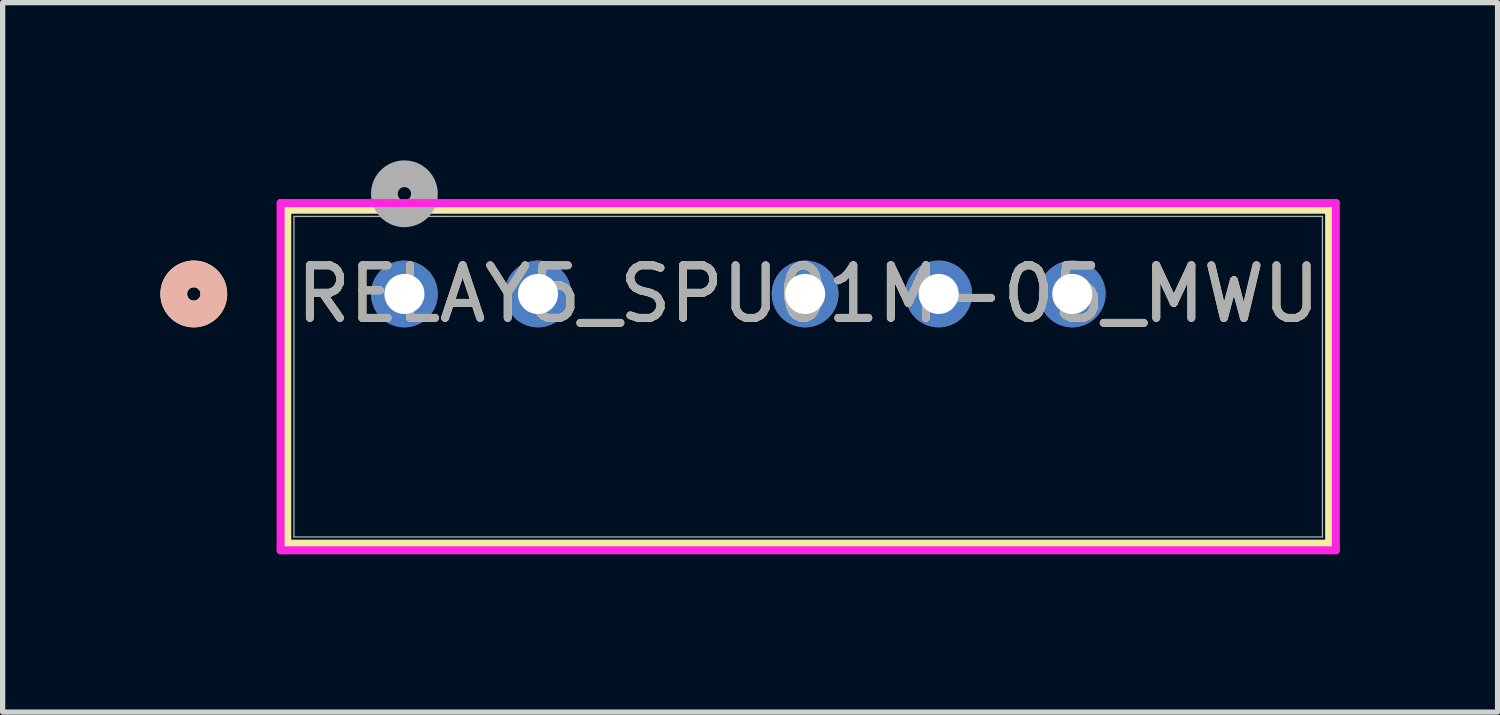
<source format=kicad_pcb>
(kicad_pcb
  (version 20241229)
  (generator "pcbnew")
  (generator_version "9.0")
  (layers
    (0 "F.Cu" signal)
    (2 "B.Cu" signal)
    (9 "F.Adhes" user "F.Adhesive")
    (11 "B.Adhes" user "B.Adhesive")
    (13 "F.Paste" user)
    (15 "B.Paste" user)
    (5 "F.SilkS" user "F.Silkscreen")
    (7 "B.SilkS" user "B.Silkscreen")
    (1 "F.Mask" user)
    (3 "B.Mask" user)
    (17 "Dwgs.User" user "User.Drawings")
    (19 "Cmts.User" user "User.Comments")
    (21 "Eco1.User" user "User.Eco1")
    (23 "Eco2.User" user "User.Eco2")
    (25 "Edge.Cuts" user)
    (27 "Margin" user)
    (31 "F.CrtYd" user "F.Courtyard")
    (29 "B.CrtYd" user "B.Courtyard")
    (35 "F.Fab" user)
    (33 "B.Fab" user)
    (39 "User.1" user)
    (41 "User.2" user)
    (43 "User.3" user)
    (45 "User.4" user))
  (footprint "RELAY5_SPU01M-05_MWU"
    (layer "F.Cu")
    (at 4.64 2.54)
    (property "Reference" "RELAY5_SPU01M-05_MWU" (at 7.679 0 0) (unlocked yes) (layer "F.SilkS") (effects (font (size 1 1) (thickness 0.15))))
    (attr through_hole)
    (fp_line (start -2.227 -1.602) (end -2.227 4.748) (stroke (width 0.152) (type solid)) (layer "F.SilkS"))
    (fp_line (start -2.227 4.748) (end 17.585 4.748) (stroke (width 0.152) (type solid)) (layer "F.SilkS"))
    (fp_line (start 17.585 -1.602) (end -2.227 -1.602) (stroke (width 0.152) (type solid)) (layer "F.SilkS"))
    (fp_line (start 17.585 4.748) (end 17.585 -1.602) (stroke (width 0.152) (type solid)) (layer "F.SilkS"))
    (fp_circle (center -4.005 0) (end -3.624 0) (stroke (width 0.508) (type solid)) (fill no) (layer "F.SilkS"))
    (fp_circle (center -4.005 0) (end -3.624 0) (stroke (width 0.508) (type solid)) (fill no) (layer "B.SilkS"))
    (fp_line (start -2.354 -1.729) (end -2.354 4.875) (stroke (width 0.152) (type solid)) (layer "F.CrtYd"))
    (fp_line (start -2.354 4.875) (end 17.712 4.875) (stroke (width 0.152) (type solid)) (layer "F.CrtYd"))
    (fp_line (start 17.712 -1.729) (end -2.354 -1.729) (stroke (width 0.152) (type solid)) (layer "F.CrtYd"))
    (fp_line (start 17.712 4.875) (end 17.712 -1.729) (stroke (width 0.152) (type solid)) (layer "F.CrtYd"))
    (fp_line (start -2.1 -1.475) (end -2.1 4.621) (stroke (width 0.025) (type solid)) (layer "F.Fab"))
    (fp_line (start -2.1 4.621) (end 17.458 4.621) (stroke (width 0.025) (type solid)) (layer "F.Fab"))
    (fp_line (start 17.458 -1.475) (end -2.1 -1.475) (stroke (width 0.025) (type solid)) (layer "F.Fab"))
    (fp_line (start 17.458 4.621) (end 17.458 -1.475) (stroke (width 0.025) (type solid)) (layer "F.Fab"))
    (fp_circle (center 0 -1.905) (end 0.381 -1.905) (stroke (width 0.508) (type solid)) (fill no) (layer "F.Fab"))
    (fp_text user "${REFERENCE}" (at 7.679 0 0) (unlocked yes) (layer "F.Fab") (effects (font (size 1 1) (thickness 0.15))))
    (pad "1" thru_hole circle (at 0 0) (size 1.27 1.27) (drill 0.762) (layers "*.Cu" "*.Mask"))
    (pad "2" thru_hole circle (at 2.54 0) (size 1.27 1.27) (drill 0.762) (layers "*.Cu" "*.Mask"))
    (pad "4" thru_hole circle (at 7.62 0) (size 1.27 1.27) (drill 0.762) (layers "*.Cu" "*.Mask"))
    (pad "5" thru_hole circle (at 10.16 0) (size 1.27 1.27) (drill 0.762) (layers "*.Cu" "*.Mask"))
    (pad "6" thru_hole circle (at 12.7 0) (size 1.27 1.27) (drill 0.762) (layers "*.Cu" "*.Mask")))
  (gr_rect
    (start -3 -3)
    (end 25.428 10.491)
    (stroke (width 0.1) (type default))
    (fill no)
    (layer "Edge.Cuts")))
</source>
